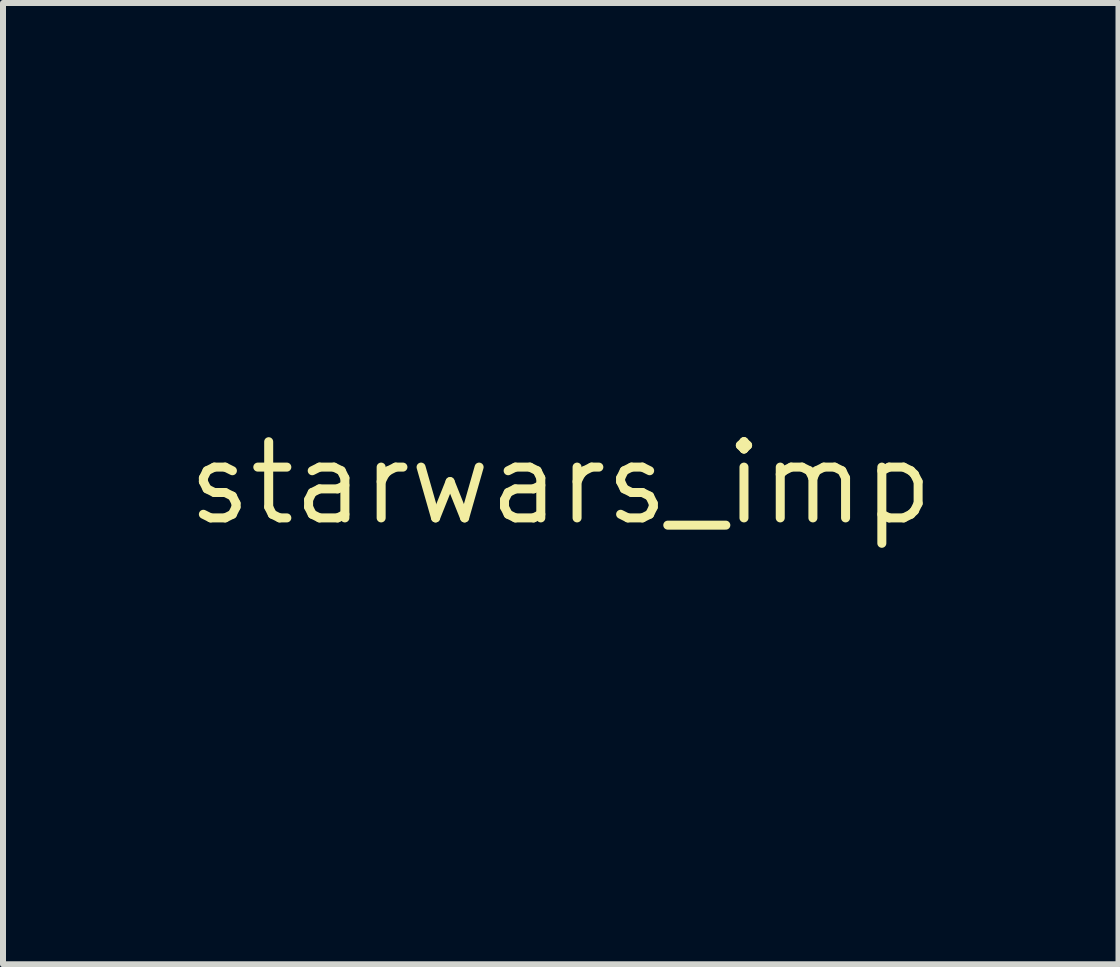
<source format=kicad_pcb>
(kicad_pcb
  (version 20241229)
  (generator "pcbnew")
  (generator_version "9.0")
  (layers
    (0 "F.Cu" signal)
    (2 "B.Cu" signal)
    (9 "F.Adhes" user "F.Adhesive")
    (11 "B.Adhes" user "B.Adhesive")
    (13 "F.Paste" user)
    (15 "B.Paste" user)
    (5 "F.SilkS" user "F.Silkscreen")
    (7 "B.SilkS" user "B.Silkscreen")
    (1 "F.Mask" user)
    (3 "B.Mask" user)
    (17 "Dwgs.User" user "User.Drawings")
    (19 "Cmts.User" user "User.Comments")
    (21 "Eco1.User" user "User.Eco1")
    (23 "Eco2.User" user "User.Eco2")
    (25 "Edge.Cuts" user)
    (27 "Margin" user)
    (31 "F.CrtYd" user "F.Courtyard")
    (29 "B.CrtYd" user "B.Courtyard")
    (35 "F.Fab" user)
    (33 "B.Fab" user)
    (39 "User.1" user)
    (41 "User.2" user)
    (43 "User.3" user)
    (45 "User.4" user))
  (footprint "starwars_imp"
    (layer "F.Cu")
    (at 6.297 5.003)
    (property "Reference" "starwars_imp" (at 0 0 0) (layer "F.SilkS") (effects (font (size 1.27 1.27) (thickness 0.15))))
    (attr through_hole)
    (fp_poly (pts (xy -1.411 -4.149) (xy -1.368 -4.097) (xy -1.342 -4.055) (xy -1.339 -4.038) (xy -1.361 -4.02) (xy -1.414 -3.993) (xy -1.486 -3.963) (xy -1.507 -3.955) (xy -1.668 -3.897) (xy -1.677 -3.946) (xy -1.68 -3.998) (xy -1.676 -4.067) (xy -1.674 -4.085) (xy -1.662 -4.145) (xy -1.639 -4.178) (xy -1.591 -4.201) (xy -1.577 -4.206) (xy -1.492 -4.235) (xy -1.411 -4.149)) (stroke (width 0.01) (type solid)) (fill yes) (layer "F.Mask"))
    (fp_poly (pts (xy -2.679 3.306) (xy -2.624 3.357) (xy -2.598 3.393) (xy -2.593 3.427) (xy -2.596 3.447) (xy -2.614 3.512) (xy -2.639 3.584) (xy -2.665 3.651) (xy -2.689 3.702) (xy -2.705 3.725) (xy -2.707 3.725) (xy -2.728 3.712) (xy -2.774 3.678) (xy -2.84 3.626) (xy -2.916 3.563) (xy -2.917 3.562) (xy -3.004 3.489) (xy -3.059 3.436) (xy -3.082 3.398) (xy -3.073 3.368) (xy -3.033 3.339) (xy -2.96 3.304) (xy -2.917 3.285) (xy -2.775 3.221) (xy -2.679 3.306)) (stroke (width 0.01) (type solid)) (fill yes) (layer "F.Mask"))
    (fp_poly (pts (xy -3.636 2.232) (xy -3.601 2.255) (xy -3.567 2.295) (xy -3.556 2.31) (xy -3.519 2.367) (xy -3.496 2.413) (xy -3.493 2.429) (xy -3.504 2.461) (xy -3.535 2.513) (xy -3.576 2.574) (xy -3.62 2.634) (xy -3.661 2.682) (xy -3.689 2.707) (xy -3.694 2.709) (xy -3.713 2.692) (xy -3.749 2.647) (xy -3.796 2.581) (xy -3.837 2.52) (xy -3.888 2.439) (xy -3.931 2.369) (xy -3.961 2.319) (xy -3.97 2.3) (xy -3.967 2.281) (xy -3.935 2.265) (xy -3.868 2.25) (xy -3.847 2.246) (xy -3.748 2.23) (xy -3.682 2.225) (xy -3.636 2.232)) (stroke (width 0.01) (type solid)) (fill yes) (layer "F.Mask"))
    (fp_poly (pts (xy 0.435 -3.755) (xy 0.762 -3.704) (xy 1.102 -3.616) (xy 1.442 -3.49) (xy 1.775 -3.332) (xy 2.094 -3.145) (xy 2.392 -2.933) (xy 2.662 -2.699) (xy 2.88 -2.47) (xy 3.115 -2.167) (xy 3.315 -1.842) (xy 3.482 -1.493) (xy 3.617 -1.119) (xy 3.719 -0.725) (xy 3.738 -0.635) (xy 3.752 -0.556) (xy 3.763 -0.482) (xy 3.77 -0.403) (xy 3.774 -0.311) (xy 3.776 -0.198) (xy 3.777 -0.056) (xy 3.778 0.042) (xy 3.777 0.208) (xy 3.776 0.339) (xy 3.773 0.443) (xy 3.767 0.528) (xy 3.759 0.602) (xy 3.747 0.673) (xy 3.732 0.748) (xy 3.73 0.757) (xy 3.662 1.023) (xy 3.579 1.274) (xy 3.473 1.527) (xy 3.419 1.643) (xy 3.22 2.006) (xy 2.993 2.337) (xy 2.74 2.637) (xy 2.459 2.903) (xy 2.152 3.137) (xy 1.82 3.337) (xy 1.462 3.503) (xy 1.08 3.635) (xy 0.674 3.733) (xy 0.595 3.747) (xy 0.418 3.77) (xy 0.213 3.784) (xy -0.007 3.789) (xy -0.227 3.785) (xy -0.435 3.772) (xy -0.617 3.749) (xy -0.639 3.746) (xy -0.938 3.677) (xy -1.247 3.577) (xy -1.555 3.45) (xy -1.85 3.301) (xy -2.09 3.154) (xy -1.503 3.154) (xy -1.484 3.172) (xy -1.431 3.2) (xy -1.352 3.236) (xy -1.252 3.277) (xy -1.138 3.319) (xy -1.018 3.361) (xy -0.983 3.372) (xy -0.625 3.466) (xy -0.263 3.519) (xy 0.1 3.53) (xy 0.43 3.504) (xy 0.554 3.484) (xy 0.69 3.458) (xy 0.817 3.429) (xy 0.862 3.418) (xy 0.954 3.391) (xy 1.059 3.356) (xy 1.17 3.317) (xy 1.278 3.278) (xy 1.374 3.24) (xy 1.451 3.207) (xy 1.5 3.183) (xy 1.511 3.175) (xy 1.512 3.148) (xy 1.494 3.097) (xy 1.478 3.066) (xy 1.451 3.021) (xy 1.425 2.993) (xy 1.391 2.982) (xy 1.343 2.987) (xy 1.272 3.009) (xy 1.171 3.047) (xy 1.154 3.054) (xy 1.063 3.088) (xy 0.979 3.117) (xy 0.916 3.137) (xy 0.897 3.142) (xy 0.859 3.148) (xy 0.836 3.139) (xy 0.819 3.107) (xy 0.8 3.044) (xy 0.787 2.996) (xy 0.774 2.964) (xy 0.755 2.946) (xy 0.722 2.94) (xy 0.667 2.944) (xy 0.584 2.958) (xy 0.489 2.975) (xy 0.31 2.996) (xy 0.104 3.005) (xy -0.115 3.002) (xy -0.334 2.987) (xy -0.538 2.96) (xy -0.691 2.929) (xy -0.719 2.928) (xy -0.741 2.947) (xy -0.762 2.996) (xy -0.772 3.025) (xy -0.795 3.087) (xy -0.815 3.13) (xy -0.823 3.142) (xy -0.849 3.139) (xy -0.904 3.125) (xy -0.981 3.102) (xy -1.068 3.074) (xy -1.158 3.043) (xy -1.24 3.013) (xy -1.305 2.987) (xy -1.332 2.975) (xy -1.394 2.943) (xy -1.448 3.04) (xy -1.479 3.098) (xy -1.499 3.141) (xy -1.503 3.154) (xy -2.09 3.154) (xy -2.122 3.134) (xy -2.148 3.116) (xy -2.468 2.871) (xy -2.751 2.605) (xy -3 2.317) (xy -3.214 2.005) (xy -3.395 1.667) (xy -3.543 1.304) (xy -3.66 0.913) (xy -3.696 0.757) (xy -3.727 0.573) (xy -3.75 0.361) (xy -3.755 0.275) (xy -3.478 0.275) (xy -3.464 0.439) (xy -3.417 0.77) (xy -3.33 1.101) (xy -3.208 1.426) (xy -3.052 1.739) (xy -2.865 2.033) (xy -2.651 2.303) (xy -2.6 2.359) (xy -2.538 2.422) (xy -2.459 2.496) (xy -2.371 2.577) (xy -2.278 2.658) (xy -2.188 2.735) (xy -2.105 2.803) (xy -2.036 2.856) (xy -1.988 2.89) (xy -1.966 2.9) (xy -1.948 2.883) (xy -1.918 2.839) (xy -1.895 2.799) (xy -1.839 2.699) (xy -1.839 2.699) (xy 1.86 2.699) (xy 1.925 2.8) (xy 1.99 2.902) (xy 2.089 2.832) (xy 2.141 2.792) (xy 2.214 2.729) (xy 2.3 2.652) (xy 2.39 2.568) (xy 2.42 2.54) (xy 2.688 2.254) (xy 2.921 1.945) (xy 3.117 1.615) (xy 3.277 1.265) (xy 3.398 0.899) (xy 3.481 0.516) (xy 3.501 0.376) (xy 3.513 0.275) (xy 3.267 0.275) (xy 3.231 0.492) (xy 3.208 0.631) (xy 3.187 0.732) (xy 3.17 0.801) (xy 3.152 0.842) (xy 3.134 0.859) (xy 3.116 0.858) (xy 3.074 0.847) (xy 3.011 0.835) (xy 2.994 0.833) (xy 2.907 0.821) (xy 2.859 0.966) (xy 2.782 1.164) (xy 2.68 1.375) (xy 2.561 1.586) (xy 2.431 1.783) (xy 2.299 1.955) (xy 2.264 1.996) (xy 2.153 2.119) (xy 2.233 2.201) (xy 2.279 2.256) (xy 2.301 2.3) (xy 2.301 2.314) (xy 2.28 2.341) (xy 2.233 2.387) (xy 2.168 2.448) (xy 2.09 2.515) (xy 2.009 2.583) (xy 1.93 2.646) (xy 1.93 2.646) (xy 1.86 2.699) (xy -1.839 2.699) (xy -1.89 2.657) (xy -2.035 2.536) (xy -2.147 2.441) (xy -2.226 2.37) (xy -2.272 2.324) (xy -2.286 2.302) (xy -2.272 2.274) (xy -2.237 2.229) (xy -2.209 2.198) (xy -2.132 2.119) (xy -2.248 1.986) (xy -2.451 1.727) (xy -2.618 1.461) (xy -2.755 1.178) (xy -2.815 1.021) (xy -2.849 0.927) (xy -2.877 0.868) (xy -2.905 0.837) (xy -2.941 0.828) (xy -2.993 0.837) (xy -3.035 0.849) (xy -3.094 0.861) (xy -3.126 0.854) (xy -3.133 0.847) (xy -3.142 0.816) (xy -3.157 0.754) (xy -3.173 0.671) (xy -3.184 0.607) (xy -3.204 0.482) (xy -3.22 0.393) (xy -3.233 0.333) (xy -3.247 0.298) (xy -3.265 0.28) (xy -3.291 0.274) (xy -3.326 0.275) (xy -3.36 0.275) (xy -3.478 0.275) (xy -3.755 0.275) (xy -3.763 0.135) (xy -3.765 0.029) (xy -2.358 0.029) (xy -2.358 0.123) (xy -2.356 0.204) (xy -2.353 0.26) (xy -2.348 0.283) (xy -2.326 0.283) (xy -2.268 0.279) (xy -2.182 0.27) (xy -2.075 0.259) (xy -1.953 0.245) (xy -1.823 0.23) (xy -1.692 0.215) (xy -1.567 0.199) (xy -1.455 0.185) (xy -1.362 0.172) (xy -1.295 0.161) (xy -1.29 0.16) (xy -1.261 0.158) (xy -1.241 0.169) (xy -1.226 0.201) (xy -1.208 0.263) (xy -1.2 0.299) (xy -1.153 0.456) (xy -1.09 0.595) (xy -1.003 0.729) (xy -0.92 0.833) (xy -0.853 0.915) (xy -0.811 0.977) (xy -0.796 1.015) (xy -0.797 1.022) (xy -0.814 1.045) (xy -0.854 1.096) (xy -0.913 1.171) (xy -0.986 1.264) (xy -1.071 1.371) (xy -1.137 1.452) (xy -1.226 1.565) (xy -1.306 1.666) (xy -1.373 1.752) (xy -1.424 1.818) (xy -1.454 1.858) (xy -1.46 1.87) (xy -1.443 1.89) (xy -1.397 1.926) (xy -1.329 1.971) (xy -1.249 2.022) (xy -1.163 2.072) (xy -1.082 2.118) (xy -1.012 2.155) (xy -0.962 2.176) (xy -0.945 2.18) (xy -0.923 2.161) (xy -0.891 2.109) (xy -0.852 2.028) (xy -0.828 1.974) (xy -0.745 1.773) (xy -0.676 1.608) (xy -0.62 1.475) (xy -0.575 1.371) (xy -0.537 1.293) (xy -0.506 1.238) (xy -0.479 1.202) (xy -0.453 1.183) (xy -0.426 1.176) (xy -0.396 1.18) (xy -0.361 1.191) (xy -0.318 1.205) (xy -0.287 1.214) (xy -0.164 1.237) (xy -0.018 1.247) (xy 0.134 1.244) (xy 0.275 1.229) (xy 0.328 1.218) (xy 0.4 1.202) (xy 0.443 1.198) (xy 0.467 1.206) (xy 0.478 1.218) (xy 0.492 1.245) (xy 0.519 1.307) (xy 0.556 1.396) (xy 0.601 1.507) (xy 0.651 1.635) (xy 0.69 1.735) (xy 0.749 1.887) (xy 0.795 2.004) (xy 0.831 2.089) (xy 0.858 2.148) (xy 0.879 2.186) (xy 0.896 2.205) (xy 0.911 2.211) (xy 0.921 2.21) (xy 0.956 2.195) (xy 1.018 2.163) (xy 1.098 2.121) (xy 1.166 2.083) (xy 1.272 2.023) (xy 1.344 1.978) (xy 1.387 1.944) (xy 1.406 1.914) (xy 1.406 1.886) (xy 1.389 1.853) (xy 1.385 1.847) (xy 1.364 1.817) (xy 1.322 1.76) (xy 1.263 1.681) (xy 1.192 1.586) (xy 1.112 1.481) (xy 1.03 1.372) (xy 0.949 1.266) (xy 0.873 1.167) (xy 0.808 1.082) (xy 0.776 1.041) (xy 0.772 1.016) (xy 0.795 0.98) (xy 0.84 0.935) (xy 0.96 0.809) (xy 1.065 0.665) (xy 1.149 0.513) (xy 1.205 0.365) (xy 1.218 0.31) (xy 1.236 0.255) (xy 1.26 0.22) (xy 1.266 0.217) (xy 1.295 0.217) (xy 1.36 0.222) (xy 1.455 0.233) (xy 1.573 0.249) (xy 1.709 0.268) (xy 1.825 0.285) (xy 1.969 0.307) (xy 2.099 0.325) (xy 2.209 0.339) (xy 2.294 0.349) (xy 2.347 0.354) (xy 2.364 0.353) (xy 2.369 0.327) (xy 2.374 0.268) (xy 2.377 0.187) (xy 2.379 0.091) (xy 2.379 -0.009) (xy 2.378 -0.104) (xy 2.376 -0.185) (xy 2.372 -0.242) (xy 2.367 -0.264) (xy 2.343 -0.266) (xy 2.283 -0.262) (xy 2.193 -0.253) (xy 2.079 -0.241) (xy 1.947 -0.225) (xy 1.859 -0.213) (xy 1.716 -0.195) (xy 1.584 -0.178) (xy 1.471 -0.165) (xy 1.382 -0.155) (xy 1.325 -0.149) (xy 1.309 -0.148) (xy 1.279 -0.152) (xy 1.258 -0.169) (xy 1.241 -0.207) (xy 1.221 -0.278) (xy 1.218 -0.291) (xy 1.151 -0.482) (xy 1.051 -0.669) (xy 0.925 -0.836) (xy 0.919 -0.843) (xy 0.866 -0.903) (xy 0.826 -0.951) (xy 0.805 -0.978) (xy 0.804 -0.98) (xy 0.817 -0.999) (xy 0.853 -1.046) (xy 0.908 -1.117) (xy 0.98 -1.208) (xy 1.064 -1.313) (xy 1.143 -1.411) (xy 1.235 -1.526) (xy 1.317 -1.629) (xy 1.387 -1.718) (xy 1.439 -1.787) (xy 1.472 -1.831) (xy 1.482 -1.846) (xy 1.465 -1.866) (xy 1.42 -1.902) (xy 1.354 -1.947) (xy 1.274 -1.999) (xy 1.19 -2.051) (xy 1.107 -2.1) (xy 1.034 -2.141) (xy 0.978 -2.168) (xy 0.947 -2.178) (xy 0.944 -2.176) (xy 0.935 -2.156) (xy 0.912 -2.102) (xy 0.877 -2.02) (xy 0.834 -1.917) (xy 0.783 -1.797) (xy 0.762 -1.746) (xy 0.707 -1.616) (xy 0.656 -1.493) (xy 0.61 -1.385) (xy 0.574 -1.3) (xy 0.551 -1.245) (xy 0.547 -1.235) (xy 0.508 -1.148) (xy 0.356 -1.188) (xy 0.229 -1.212) (xy 0.085 -1.225) (xy -0.06 -1.226) (xy -0.192 -1.216) (xy -0.288 -1.196) (xy -0.354 -1.178) (xy -0.408 -1.166) (xy -0.425 -1.164) (xy -0.442 -1.177) (xy -0.466 -1.216) (xy -0.499 -1.286) (xy -0.542 -1.388) (xy -0.597 -1.526) (xy -0.635 -1.625) (xy -0.686 -1.759) (xy -0.735 -1.883) (xy -0.777 -1.99) (xy -0.811 -2.074) (xy -0.833 -2.129) (xy -0.84 -2.143) (xy -0.869 -2.201) (xy -1.032 -2.118) (xy -1.126 -2.069) (xy -1.221 -2.015) (xy -1.3 -1.968) (xy -1.308 -1.963) (xy -1.421 -1.891) (xy -1.091 -1.462) (xy -1.002 -1.344) (xy -0.922 -1.238) (xy -0.854 -1.147) (xy -0.803 -1.076) (xy -0.771 -1.029) (xy -0.762 -1.013) (xy -0.775 -0.99) (xy -0.81 -0.943) (xy -0.862 -0.879) (xy -0.909 -0.823) (xy -1.028 -0.672) (xy -1.114 -0.528) (xy -1.171 -0.383) (xy -1.19 -0.313) (xy -1.209 -0.238) (xy -1.23 -0.197) (xy -1.258 -0.181) (xy -1.298 -0.183) (xy -1.551 -0.222) (xy -1.765 -0.255) (xy -1.941 -0.281) (xy -2.082 -0.302) (xy -2.191 -0.316) (xy -2.269 -0.326) (xy -2.319 -0.331) (xy -2.342 -0.331) (xy -2.344 -0.33) (xy -2.349 -0.305) (xy -2.353 -0.247) (xy -2.356 -0.166) (xy -2.358 -0.071) (xy -2.358 0.029) (xy -3.765 0.029) (xy -3.767 -0.093) (xy -3.762 -0.256) (xy -3.491 -0.256) (xy -3.381 -0.248) (xy -3.316 -0.243) (xy -3.27 -0.239) (xy -3.257 -0.237) (xy -3.245 -0.252) (xy -3.233 -0.296) (xy -3.232 -0.302) (xy -3.204 -0.471) (xy -3.181 -0.602) (xy -3.163 -0.7) (xy -3.15 -0.767) (xy -3.14 -0.808) (xy -3.133 -0.825) (xy -3.112 -0.837) (xy -3.066 -0.834) (xy -3.001 -0.819) (xy -2.885 -0.789) (xy -2.837 -0.939) (xy -2.752 -1.164) (xy -2.638 -1.398) (xy -2.502 -1.629) (xy -2.353 -1.844) (xy -2.244 -1.977) (xy -2.135 -2.101) (xy -2.215 -2.184) (xy -2.262 -2.235) (xy -2.28 -2.27) (xy -2.276 -2.298) (xy -2.273 -2.302) (xy -2.244 -2.336) (xy -2.187 -2.389) (xy -2.107 -2.459) (xy -2.012 -2.538) (xy -1.917 -2.614) (xy -1.838 -2.677) (xy 1.874 -2.677) (xy 1.876 -2.667) (xy 1.899 -2.648) (xy 1.947 -2.608) (xy 2.014 -2.552) (xy 2.091 -2.488) (xy 2.169 -2.422) (xy 2.235 -2.363) (xy 2.281 -2.318) (xy 2.301 -2.294) (xy 2.293 -2.259) (xy 2.257 -2.206) (xy 2.232 -2.179) (xy 2.15 -2.095) (xy 2.236 -2.005) (xy 2.405 -1.805) (xy 2.562 -1.573) (xy 2.702 -1.321) (xy 2.816 -1.058) (xy 2.857 -0.945) (xy 2.905 -0.8) (xy 2.982 -0.813) (xy 3.047 -0.825) (xy 3.102 -0.837) (xy 3.105 -0.838) (xy 3.128 -0.84) (xy 3.147 -0.827) (xy 3.164 -0.796) (xy 3.181 -0.739) (xy 3.199 -0.653) (xy 3.219 -0.533) (xy 3.228 -0.478) (xy 3.246 -0.371) (xy 3.26 -0.3) (xy 3.273 -0.259) (xy 3.286 -0.24) (xy 3.303 -0.238) (xy 3.316 -0.242) (xy 3.357 -0.25) (xy 3.418 -0.254) (xy 3.43 -0.254) (xy 3.512 -0.254) (xy 3.5 -0.365) (xy 3.491 -0.431) (xy 3.476 -0.525) (xy 3.457 -0.634) (xy 3.438 -0.732) (xy 3.346 -1.095) (xy 3.215 -1.44) (xy 3.047 -1.767) (xy 2.842 -2.073) (xy 2.6 -2.359) (xy 2.322 -2.624) (xy 2.217 -2.71) (xy 2.137 -2.774) (xy 2.067 -2.826) (xy 2.016 -2.863) (xy 1.991 -2.878) (xy 1.99 -2.879) (xy 1.968 -2.862) (xy 1.938 -2.82) (xy 1.908 -2.766) (xy 1.884 -2.714) (xy 1.874 -2.677) (xy -1.838 -2.677) (xy -1.836 -2.678) (xy -1.897 -2.778) (xy -1.933 -2.833) (xy -1.961 -2.87) (xy -1.972 -2.879) (xy -1.994 -2.866) (xy -2.041 -2.833) (xy -2.105 -2.784) (xy -2.152 -2.748) (xy -2.436 -2.496) (xy -2.692 -2.215) (xy -2.917 -1.909) (xy -3.108 -1.581) (xy -3.263 -1.236) (xy -3.332 -1.04) (xy -3.368 -0.912) (xy -3.405 -0.759) (xy -3.439 -0.599) (xy -3.466 -0.448) (xy -3.479 -0.356) (xy -3.491 -0.256) (xy -3.762 -0.256) (xy -3.761 -0.311) (xy -3.744 -0.504) (xy -3.736 -0.564) (xy -3.662 -0.912) (xy -3.551 -1.26) (xy -3.406 -1.6) (xy -3.23 -1.929) (xy -3.028 -2.238) (xy -2.802 -2.523) (xy -2.555 -2.777) (xy -2.445 -2.875) (xy -2.135 -3.108) (xy -2.106 -3.126) (xy -1.492 -3.126) (xy -1.473 -3.079) (xy -1.442 -3.026) (xy -1.405 -2.979) (xy -1.372 -2.952) (xy -1.357 -2.949) (xy -1.323 -2.961) (xy -1.26 -2.985) (xy -1.18 -3.015) (xy -1.132 -3.033) (xy -1.041 -3.067) (xy -0.958 -3.096) (xy -0.894 -3.116) (xy -0.875 -3.121) (xy -0.829 -3.127) (xy -0.807 -3.111) (xy -0.793 -3.065) (xy -0.771 -2.977) (xy -0.748 -2.926) (xy -0.722 -2.906) (xy -0.704 -2.908) (xy -0.664 -2.918) (xy -0.598 -2.933) (xy -0.54 -2.946) (xy -0.457 -2.958) (xy -0.342 -2.967) (xy -0.203 -2.972) (xy -0.05 -2.974) (xy 0.107 -2.973) (xy 0.261 -2.969) (xy 0.4 -2.961) (xy 0.517 -2.951) (xy 0.601 -2.938) (xy 0.603 -2.937) (xy 0.677 -2.922) (xy 0.734 -2.912) (xy 0.763 -2.911) (xy 0.764 -2.912) (xy 0.777 -2.936) (xy 0.794 -2.986) (xy 0.802 -3.015) (xy 0.82 -3.074) (xy 0.838 -3.114) (xy 0.845 -3.121) (xy 0.871 -3.119) (xy 0.929 -3.104) (xy 1.009 -3.079) (xy 1.103 -3.046) (xy 1.104 -3.046) (xy 1.202 -3.012) (xy 1.287 -2.983) (xy 1.352 -2.964) (xy 1.386 -2.956) (xy 1.418 -2.971) (xy 1.455 -3.01) (xy 1.489 -3.061) (xy 1.511 -3.111) (xy 1.515 -3.148) (xy 1.511 -3.154) (xy 1.476 -3.175) (xy 1.409 -3.206) (xy 1.318 -3.242) (xy 1.211 -3.282) (xy 1.096 -3.323) (xy 0.98 -3.36) (xy 0.873 -3.393) (xy 0.811 -3.409) (xy 0.447 -3.481) (xy 0.085 -3.511) (xy -0.277 -3.499) (xy -0.639 -3.444) (xy -1.003 -3.348) (xy -1.224 -3.269) (xy -1.32 -3.231) (xy -1.401 -3.197) (xy -1.46 -3.17) (xy -1.488 -3.155) (xy -1.489 -3.155) (xy -1.492 -3.126) (xy -2.106 -3.126) (xy -1.803 -3.308) (xy -1.452 -3.474) (xy -1.087 -3.605) (xy -0.712 -3.7) (xy -0.331 -3.757) (xy 0.053 -3.775) (xy 0.435 -3.755)) (stroke (width 0.01) (type solid)) (fill yes) (layer "F.Mask"))
    (fp_poly (pts (xy 0.273 -4.994) (xy 0.485 -4.984) (xy 0.674 -4.967) (xy 0.782 -4.952) (xy 1.243 -4.857) (xy 1.686 -4.723) (xy 2.11 -4.553) (xy 2.513 -4.347) (xy 2.894 -4.106) (xy 3.251 -3.832) (xy 3.582 -3.525) (xy 3.887 -3.187) (xy 4.163 -2.818) (xy 4.377 -2.476) (xy 4.539 -2.17) (xy 4.677 -1.859) (xy 4.793 -1.531) (xy 4.892 -1.179) (xy 4.944 -0.953) (xy 4.961 -0.868) (xy 4.975 -0.791) (xy 4.986 -0.715) (xy 4.994 -0.632) (xy 4.999 -0.535) (xy 5.004 -0.417) (xy 5.008 -0.27) (xy 5.011 -0.117) (xy 5.014 0.094) (xy 5.014 0.27) (xy 5.01 0.42) (xy 5.003 0.553) (xy 4.991 0.677) (xy 4.973 0.8) (xy 4.949 0.931) (xy 4.919 1.077) (xy 4.918 1.079) (xy 4.807 1.496) (xy 4.657 1.909) (xy 4.472 2.31) (xy 4.254 2.694) (xy 4.008 3.054) (xy 3.891 3.202) (xy 3.682 3.437) (xy 3.443 3.672) (xy 3.183 3.899) (xy 2.914 4.107) (xy 2.646 4.289) (xy 2.625 4.302) (xy 2.492 4.379) (xy 2.332 4.463) (xy 2.156 4.548) (xy 1.979 4.629) (xy 1.812 4.7) (xy 1.672 4.752) (xy 1.425 4.829) (xy 1.164 4.898) (xy 0.907 4.952) (xy 0.703 4.985) (xy 0.582 4.997) (xy 0.431 5.006) (xy 0.257 5.011) (xy 0.071 5.014) (xy -0.118 5.014) (xy -0.301 5.01) (xy -0.469 5.004) (xy -0.613 4.995) (xy -0.714 4.983) (xy -1.156 4.898) (xy -1.587 4.773) (xy -2.003 4.611) (xy -2.402 4.412) (xy -2.783 4.18) (xy -3.049 3.984) (xy -2.497 3.984) (xy -2.481 4.005) (xy -2.457 4.021) (xy -2.431 4.027) (xy -2.389 4.023) (xy -2.325 4.007) (xy -2.234 3.978) (xy -2.123 3.94) (xy -2.015 3.903) (xy -1.916 3.869) (xy -1.837 3.843) (xy -1.786 3.827) (xy -1.776 3.824) (xy -1.721 3.811) (xy -1.684 4.112) (xy -1.671 4.22) (xy -1.659 4.311) (xy -1.65 4.378) (xy -1.645 4.413) (xy -1.644 4.417) (xy -1.623 4.424) (xy -1.587 4.433) (xy -1.56 4.435) (xy -1.528 4.423) (xy -1.484 4.393) (xy -1.422 4.342) (xy -1.347 4.275) (xy -1.274 4.209) (xy -1.212 4.157) (xy -1.169 4.124) (xy -1.149 4.114) (xy -1.149 4.114) (xy -1.151 4.137) (xy -1.164 4.192) (xy -1.187 4.268) (xy -1.207 4.33) (xy -1.238 4.426) (xy -1.255 4.489) (xy -1.259 4.528) (xy -1.252 4.548) (xy -1.246 4.553) (xy -1.214 4.566) (xy -1.188 4.553) (xy -1.163 4.509) (xy -1.139 4.444) (xy -1.1 4.328) (xy -1.071 4.247) (xy -1.048 4.195) (xy -1.03 4.166) (xy -1.012 4.156) (xy -0.992 4.157) (xy -0.987 4.159) (xy -0.947 4.168) (xy -0.877 4.18) (xy -0.789 4.195) (xy -0.744 4.201) (xy -0.657 4.216) (xy -0.586 4.229) (xy -0.542 4.24) (xy -0.532 4.244) (xy -0.537 4.265) (xy -0.568 4.298) (xy -0.572 4.301) (xy -0.611 4.326) (xy -0.658 4.336) (xy -0.728 4.335) (xy -0.745 4.333) (xy -0.82 4.329) (xy -0.866 4.336) (xy -0.896 4.356) (xy -0.898 4.359) (xy -0.92 4.394) (xy -0.904 4.415) (xy -0.849 4.424) (xy -0.833 4.424) (xy -0.782 4.43) (xy -0.766 4.451) (xy -0.783 4.49) (xy -0.835 4.55) (xy -0.84 4.555) (xy -0.919 4.636) (xy -0.856 4.636) (xy -0.825 4.63) (xy -0.787 4.611) (xy -0.737 4.574) (xy -0.669 4.516) (xy -0.578 4.433) (xy -0.555 4.412) (xy -0.473 4.333) (xy -0.404 4.265) (xy -0.351 4.212) (xy -0.327 4.185) (xy 0.029 4.185) (xy 0.039 4.21) (xy 0.063 4.255) (xy 0.103 4.325) (xy 0.163 4.424) (xy 0.18 4.453) (xy 0.24 4.553) (xy 0.284 4.621) (xy 0.316 4.664) (xy 0.341 4.687) (xy 0.364 4.695) (xy 0.39 4.695) (xy 0.417 4.689) (xy 0.44 4.675) (xy 0.462 4.645) (xy 0.489 4.592) (xy 0.524 4.51) (xy 0.546 4.456) (xy 0.584 4.364) (xy 0.616 4.288) (xy 0.638 4.235) (xy 0.649 4.214) (xy 0.659 4.21) (xy 0.669 4.229) (xy 0.678 4.277) (xy 0.688 4.358) (xy 0.696 4.433) (xy 0.707 4.524) (xy 0.72 4.6) (xy 0.732 4.65) (xy 0.739 4.663) (xy 0.769 4.67) (xy 0.801 4.651) (xy 0.817 4.619) (xy 0.815 4.607) (xy 0.811 4.576) (xy 0.804 4.514) (xy 0.798 4.431) (xy 0.797 4.42) (xy 0.953 4.42) (xy 0.959 4.449) (xy 0.983 4.469) (xy 1.031 4.482) (xy 1.111 4.49) (xy 1.164 4.494) (xy 1.242 4.498) (xy 1.311 4.503) (xy 1.339 4.505) (xy 1.381 4.501) (xy 1.396 4.476) (xy 1.397 4.456) (xy 1.392 4.421) (xy 1.369 4.406) (xy 1.318 4.403) (xy 1.254 4.4) (xy 1.168 4.395) (xy 1.095 4.389) (xy 1.02 4.383) (xy 0.977 4.383) (xy 0.958 4.392) (xy 0.953 4.412) (xy 0.953 4.42) (xy 0.797 4.42) (xy 0.795 4.387) (xy 0.789 4.294) (xy 0.789 4.235) (xy 0.794 4.204) (xy 0.806 4.192) (xy 0.814 4.191) (xy 0.841 4.173) (xy 0.847 4.149) (xy 0.832 4.119) (xy 0.787 4.106) (xy 0.708 4.109) (xy 0.634 4.119) (xy 0.598 4.127) (xy 0.571 4.143) (xy 0.547 4.175) (xy 0.521 4.231) (xy 0.491 4.306) (xy 0.447 4.416) (xy 0.414 4.489) (xy 0.386 4.524) (xy 0.358 4.525) (xy 0.324 4.492) (xy 0.279 4.426) (xy 0.24 4.365) (xy 0.181 4.275) (xy 0.137 4.216) (xy 0.103 4.183) (xy 0.075 4.171) (xy 0.067 4.17) (xy 0.046 4.17) (xy 0.032 4.173) (xy 0.029 4.185) (xy -0.327 4.185) (xy -0.322 4.179) (xy -0.318 4.172) (xy -0.337 4.164) (xy -0.391 4.152) (xy -0.471 4.139) (xy -0.57 4.126) (xy -0.587 4.123) (xy -0.702 4.11) (xy -0.782 4.103) (xy -0.835 4.102) (xy -0.868 4.107) (xy -0.889 4.118) (xy -0.891 4.12) (xy -0.928 4.146) (xy -0.942 4.138) (xy -0.939 4.111) (xy -0.942 4.084) (xy -0.971 4.062) (xy 0.974 4.062) (xy 0.991 4.076) (xy 1.039 4.105) (xy 1.109 4.147) (xy 1.195 4.196) (xy 1.289 4.249) (xy 1.384 4.302) (xy 1.474 4.351) (xy 1.549 4.391) (xy 1.604 4.418) (xy 1.629 4.429) (xy 1.676 4.432) (xy 1.728 4.423) (xy 1.764 4.407) (xy 1.767 4.403) (xy 1.767 4.375) (xy 1.757 4.321) (xy 1.744 4.273) (xy 1.704 4.133) (xy 1.701 4.123) (xy 1.768 4.123) (xy 1.895 4.159) (xy 1.965 4.179) (xy 2.019 4.194) (xy 2.043 4.201) (xy 2.1 4.209) (xy 2.168 4.192) (xy 2.255 4.148) (xy 2.264 4.142) (xy 2.326 4.101) (xy 2.369 4.058) (xy 2.399 4.003) (xy 2.422 3.927) (xy 2.443 3.819) (xy 2.444 3.812) (xy 2.453 3.757) (xy 2.449 3.735) (xy 2.431 3.737) (xy 2.416 3.745) (xy 2.38 3.785) (xy 2.345 3.866) (xy 2.328 3.917) (xy 2.305 3.987) (xy 2.283 4.036) (xy 2.269 4.055) (xy 2.267 4.055) (xy 2.25 4.033) (xy 2.216 3.983) (xy 2.172 3.913) (xy 2.136 3.853) (xy 2.086 3.775) (xy 2.042 3.712) (xy 2.009 3.672) (xy 1.994 3.662) (xy 1.964 3.674) (xy 1.96 3.71) (xy 1.98 3.774) (xy 2.027 3.868) (xy 2.051 3.91) (xy 2.096 3.99) (xy 2.132 4.055) (xy 2.154 4.098) (xy 2.159 4.11) (xy 2.14 4.112) (xy 2.091 4.106) (xy 2.021 4.093) (xy 2.02 4.093) (xy 1.94 4.078) (xy 1.888 4.075) (xy 1.849 4.083) (xy 1.825 4.094) (xy 1.768 4.123) (xy 1.701 4.123) (xy 1.673 4.029) (xy 1.65 3.955) (xy 1.633 3.908) (xy 1.619 3.883) (xy 1.606 3.875) (xy 1.592 3.878) (xy 1.575 3.889) (xy 1.569 3.893) (xy 1.556 3.908) (xy 1.553 3.938) (xy 1.562 3.99) (xy 1.583 4.073) (xy 1.585 4.079) (xy 1.61 4.174) (xy 1.625 4.24) (xy 1.623 4.278) (xy 1.602 4.291) (xy 1.557 4.279) (xy 1.484 4.244) (xy 1.378 4.188) (xy 1.348 4.173) (xy 1.219 4.106) (xy 1.122 4.062) (xy 1.057 4.039) (xy 1.02 4.036) (xy 0.984 4.051) (xy 0.974 4.062) (xy -0.971 4.062) (xy -0.973 4.06) (xy -1.031 4.037) (xy -1.098 4.015) (xy -1.154 4.002) (xy -1.172 4) (xy -1.204 4.014) (xy -1.257 4.052) (xy -1.323 4.107) (xy -1.368 4.149) (xy -1.435 4.211) (xy -1.492 4.26) (xy -1.531 4.29) (xy -1.543 4.297) (xy -1.553 4.277) (xy -1.566 4.224) (xy -1.58 4.147) (xy -1.589 4.082) (xy -1.602 3.991) (xy -1.617 3.914) (xy -1.631 3.864) (xy -1.639 3.849) (xy -1.675 3.823) (xy -1.739 3.785) (xy -1.821 3.738) (xy -1.913 3.686) (xy -2.008 3.635) (xy -2.098 3.587) (xy -2.175 3.549) (xy -2.231 3.523) (xy -2.257 3.514) (xy -2.307 3.52) (xy -2.321 3.537) (xy -2.299 3.566) (xy -2.24 3.61) (xy -2.178 3.649) (xy -2.105 3.695) (xy -2.05 3.736) (xy -2.02 3.765) (xy -2.016 3.774) (xy -2.038 3.79) (xy -2.092 3.816) (xy -2.17 3.849) (xy -2.261 3.883) (xy -2.353 3.918) (xy -2.428 3.948) (xy -2.479 3.971) (xy -2.497 3.984) (xy -3.049 3.984) (xy -3.142 3.916) (xy -3.476 3.622) (xy -3.698 3.388) (xy -3.22 3.388) (xy -3.214 3.429) (xy -3.196 3.45) (xy -3.151 3.493) (xy -3.086 3.552) (xy -3.007 3.622) (xy -2.974 3.65) (xy -2.878 3.73) (xy -2.809 3.786) (xy -2.758 3.819) (xy -2.722 3.836) (xy -2.695 3.838) (xy -2.688 3.837) (xy -2.643 3.824) (xy -2.621 3.813) (xy -2.607 3.785) (xy -2.584 3.729) (xy -2.556 3.654) (xy -2.528 3.571) (xy -2.503 3.492) (xy -2.485 3.428) (xy -2.477 3.389) (xy -2.477 3.387) (xy -2.492 3.353) (xy -2.531 3.304) (xy -2.577 3.259) (xy -2.652 3.193) (xy -2.707 3.15) (xy -2.752 3.13) (xy -2.8 3.131) (xy -2.86 3.151) (xy -2.945 3.19) (xy -2.984 3.208) (xy -3.092 3.263) (xy -3.164 3.308) (xy -3.205 3.348) (xy -3.22 3.388) (xy -3.698 3.388) (xy -3.783 3.299) (xy -4.061 2.949) (xy -4.307 2.575) (xy -4.471 2.275) (xy -4.476 2.265) (xy -4.086 2.265) (xy -4.083 2.295) (xy -4.069 2.334) (xy -4.039 2.389) (xy -3.992 2.467) (xy -3.929 2.567) (xy -3.862 2.672) (xy -3.812 2.746) (xy -3.774 2.794) (xy -3.746 2.821) (xy -3.721 2.834) (xy -3.7 2.836) (xy -3.665 2.83) (xy -3.645 2.816) (xy -3.466 2.816) (xy -3.463 2.88) (xy -3.455 2.964) (xy -3.45 3.01) (xy -3.433 3.118) (xy -3.415 3.192) (xy -3.392 3.24) (xy -3.381 3.254) (xy -3.346 3.288) (xy -3.324 3.302) (xy -3.324 3.302) (xy -3.304 3.289) (xy -3.259 3.253) (xy -3.195 3.2) (xy -3.12 3.135) (xy -3.116 3.132) (xy -3.041 3.065) (xy -2.979 3.008) (xy -2.937 2.967) (xy -2.921 2.946) (xy -2.921 2.946) (xy -2.934 2.918) (xy -2.946 2.905) (xy -2.967 2.899) (xy -3.003 2.915) (xy -3.06 2.958) (xy -3.088 2.982) (xy -3.178 3.056) (xy -3.249 3.109) (xy -3.298 3.14) (xy -3.322 3.145) (xy -3.323 3.14) (xy -3.327 3.108) (xy -3.335 3.047) (xy -3.347 2.972) (xy -3.359 2.896) (xy -3.37 2.832) (xy -3.377 2.799) (xy -3.399 2.762) (xy -3.432 2.753) (xy -3.461 2.776) (xy -3.463 2.783) (xy -3.466 2.816) (xy -3.645 2.816) (xy -3.63 2.806) (xy -3.586 2.759) (xy -3.536 2.693) (xy -3.482 2.618) (xy -3.434 2.547) (xy -3.4 2.493) (xy -3.396 2.486) (xy -3.378 2.45) (xy -3.373 2.421) (xy -3.385 2.387) (xy -3.415 2.336) (xy -3.441 2.295) (xy -3.496 2.21) (xy -3.535 2.155) (xy -3.569 2.124) (xy -3.607 2.112) (xy -3.658 2.114) (xy -3.732 2.126) (xy -3.752 2.129) (xy -3.871 2.148) (xy -3.955 2.163) (xy -4.01 2.175) (xy -4.044 2.187) (xy -4.063 2.202) (xy -4.074 2.221) (xy -4.081 2.24) (xy -4.086 2.265) (xy -4.476 2.265) (xy -4.621 1.954) (xy -4.742 1.641) (xy -4.836 1.332) (xy -4.487 1.332) (xy -4.48 1.356) (xy -4.46 1.411) (xy -4.43 1.491) (xy -4.392 1.588) (xy -4.351 1.694) (xy -4.309 1.802) (xy -4.268 1.905) (xy -4.232 1.995) (xy -4.204 2.065) (xy -4.186 2.107) (xy -4.182 2.115) (xy -4.155 2.127) (xy -4.123 2.115) (xy -4.106 2.085) (xy -4.106 2.083) (xy -4.114 2.055) (xy -4.134 1.995) (xy -4.166 1.908) (xy -4.206 1.802) (xy -4.252 1.682) (xy -4.255 1.675) (xy -4.308 1.543) (xy -4.348 1.445) (xy -4.36 1.418) (xy -4.201 1.418) (xy -4.189 1.469) (xy -4.161 1.547) (xy -4.149 1.58) (xy -4.114 1.672) (xy -4.082 1.756) (xy -4.057 1.819) (xy -4.05 1.836) (xy -4.018 1.886) (xy -3.982 1.905) (xy -3.951 1.89) (xy -3.949 1.886) (xy -3.952 1.861) (xy -3.967 1.806) (xy -3.992 1.731) (xy -4.023 1.645) (xy -4.056 1.556) (xy -4.088 1.474) (xy -4.117 1.407) (xy -4.138 1.365) (xy -4.146 1.355) (xy -4.173 1.365) (xy -4.189 1.374) (xy -4.201 1.39) (xy -4.201 1.418) (xy -4.36 1.418) (xy -4.378 1.378) (xy -4.401 1.335) (xy -4.419 1.312) (xy -4.435 1.305) (xy -4.446 1.306) (xy -4.48 1.322) (xy -4.487 1.332) (xy -4.836 1.332) (xy -4.839 1.322) (xy -4.872 1.177) (xy -4.044 1.177) (xy -4.039 1.213) (xy -4.022 1.273) (xy -3.992 1.361) (xy -3.946 1.482) (xy -3.911 1.573) (xy -3.863 1.693) (xy -3.819 1.799) (xy -3.782 1.884) (xy -3.754 1.942) (xy -3.737 1.967) (xy -3.736 1.968) (xy -3.7 1.957) (xy -3.69 1.952) (xy -3.684 1.932) (xy -3.693 1.886) (xy -3.717 1.81) (xy -3.756 1.7) (xy -3.787 1.619) (xy -3.846 1.466) (xy -3.892 1.349) (xy -3.927 1.263) (xy -3.954 1.203) (xy -3.974 1.166) (xy -3.99 1.148) (xy -4.004 1.143) (xy -4.02 1.149) (xy -4.038 1.161) (xy -4.038 1.161) (xy -4.044 1.177) (xy -4.872 1.177) (xy -4.916 0.984) (xy -4.952 0.783) (xy -4.973 0.616) (xy -4.988 0.418) (xy -4.996 0.2) (xy -4.998 0.072) (xy -4.607 0.072) (xy -4.583 0.082) (xy -4.526 0.085) (xy -4.52 0.085) (xy -4.421 0.085) (xy -4.428 0.005) (xy -4.434 -0.035) (xy -3.935 -0.035) (xy -3.921 0.364) (xy -3.864 0.759) (xy -3.765 1.149) (xy -3.624 1.535) (xy -3.545 1.71) (xy -3.352 2.067) (xy -3.126 2.398) (xy -2.87 2.702) (xy -2.585 2.977) (xy -2.275 3.222) (xy -1.94 3.435) (xy -1.583 3.614) (xy -1.206 3.759) (xy -0.811 3.868) (xy -0.416 3.937) (xy -0.317 3.945) (xy -0.186 3.949) (xy -0.035 3.949) (xy 0.126 3.946) (xy 0.287 3.939) (xy 0.436 3.93) (xy 0.563 3.918) (xy 0.635 3.908) (xy 1.035 3.82) (xy 1.421 3.692) (xy 1.792 3.527) (xy 1.906 3.462) (xy 2.356 3.462) (xy 2.372 3.478) (xy 2.42 3.506) (xy 2.494 3.543) (xy 2.587 3.586) (xy 2.63 3.604) (xy 2.739 3.651) (xy 2.817 3.682) (xy 2.869 3.7) (xy 2.903 3.707) (xy 2.925 3.703) (xy 2.943 3.692) (xy 2.952 3.683) (xy 2.969 3.664) (xy 2.979 3.644) (xy 2.98 3.614) (xy 2.973 3.567) (xy 2.957 3.494) (xy 2.934 3.396) (xy 2.911 3.3) (xy 2.895 3.22) (xy 2.885 3.164) (xy 2.884 3.141) (xy 2.902 3.151) (xy 2.942 3.187) (xy 2.997 3.243) (xy 3.05 3.3) (xy 3.123 3.378) (xy 3.175 3.426) (xy 3.209 3.448) (xy 3.23 3.448) (xy 3.232 3.447) (xy 3.251 3.426) (xy 3.255 3.404) (xy 3.24 3.371) (xy 3.204 3.323) (xy 3.142 3.252) (xy 3.127 3.236) (xy 3.06 3.156) (xy 3.018 3.097) (xy 3.011 3.08) (xy 3.167 3.08) (xy 3.169 3.091) (xy 3.175 3.113) (xy 3.184 3.125) (xy 3.203 3.128) (xy 3.241 3.122) (xy 3.306 3.106) (xy 3.397 3.081) (xy 3.531 3.038) (xy 3.627 2.994) (xy 3.685 2.951) (xy 3.698 2.928) (xy 3.686 2.906) (xy 3.648 2.864) (xy 3.589 2.809) (xy 3.535 2.762) (xy 3.486 2.72) (xy 3.641 2.72) (xy 3.658 2.744) (xy 3.697 2.774) (xy 3.743 2.801) (xy 3.779 2.813) (xy 3.812 2.802) (xy 3.827 2.789) (xy 3.839 2.764) (xy 3.818 2.737) (xy 3.807 2.728) (xy 3.76 2.693) (xy 3.85 2.542) (xy 3.942 2.411) (xy 4.043 2.31) (xy 4.049 2.305) (xy 4.121 2.245) (xy 4.179 2.188) (xy 4.218 2.141) (xy 4.232 2.111) (xy 4.23 2.106) (xy 4.209 2.113) (xy 4.162 2.138) (xy 4.095 2.178) (xy 4.046 2.208) (xy 3.964 2.263) (xy 3.904 2.31) (xy 3.857 2.36) (xy 3.81 2.424) (xy 3.757 2.509) (xy 3.709 2.59) (xy 3.671 2.658) (xy 3.647 2.704) (xy 3.641 2.72) (xy 3.486 2.72) (xy 3.448 2.688) (xy 3.396 2.637) (xy 3.378 2.611) (xy 3.394 2.61) (xy 3.445 2.632) (xy 3.446 2.633) (xy 3.51 2.666) (xy 3.749 2.258) (xy 3.76 2.034) (xy 3.772 1.81) (xy 3.724 1.884) (xy 3.685 1.979) (xy 3.666 2.094) (xy 3.655 2.18) (xy 3.633 2.253) (xy 3.593 2.334) (xy 3.569 2.375) (xy 3.524 2.448) (xy 3.492 2.489) (xy 3.466 2.508) (xy 3.439 2.51) (xy 3.426 2.507) (xy 3.378 2.506) (xy 3.355 2.519) (xy 3.325 2.544) (xy 3.289 2.562) (xy 3.251 2.587) (xy 3.239 2.612) (xy 3.254 2.639) (xy 3.295 2.683) (xy 3.355 2.739) (xy 3.387 2.765) (xy 3.452 2.822) (xy 3.5 2.869) (xy 3.526 2.902) (xy 3.528 2.91) (xy 3.506 2.925) (xy 3.453 2.949) (xy 3.378 2.977) (xy 3.34 2.99) (xy 3.253 3.02) (xy 3.2 3.042) (xy 3.174 3.061) (xy 3.167 3.08) (xy 3.011 3.08) (xy 2.999 3.051) (xy 2.995 3.022) (xy 2.989 2.974) (xy 2.974 2.95) (xy 2.974 2.95) (xy 2.948 2.96) (xy 2.903 2.992) (xy 2.854 3.033) (xy 2.755 3.122) (xy 2.809 3.34) (xy 2.829 3.431) (xy 2.844 3.506) (xy 2.85 3.556) (xy 2.849 3.572) (xy 2.825 3.57) (xy 2.771 3.554) (xy 2.696 3.528) (xy 2.636 3.505) (xy 2.524 3.463) (xy 2.444 3.44) (xy 2.392 3.436) (xy 2.363 3.449) (xy 2.356 3.462) (xy 1.906 3.462) (xy 2.141 3.327) (xy 2.17 3.308) (xy 2.5 3.066) (xy 2.8 2.795) (xy 3.069 2.499) (xy 3.305 2.179) (xy 3.507 1.837) (xy 3.561 1.719) (xy 3.798 1.719) (xy 3.805 1.74) (xy 3.809 1.744) (xy 3.837 1.772) (xy 3.85 1.778) (xy 3.862 1.759) (xy 3.884 1.71) (xy 3.912 1.638) (xy 3.926 1.598) (xy 3.955 1.519) (xy 3.981 1.457) (xy 4 1.423) (xy 4.005 1.418) (xy 4.022 1.435) (xy 4.058 1.48) (xy 4.106 1.547) (xy 4.162 1.629) (xy 4.162 1.63) (xy 4.218 1.712) (xy 4.266 1.779) (xy 4.302 1.825) (xy 4.319 1.841) (xy 4.319 1.841) (xy 4.339 1.825) (xy 4.347 1.808) (xy 4.352 1.79) (xy 4.35 1.769) (xy 4.338 1.738) (xy 4.314 1.693) (xy 4.273 1.627) (xy 4.214 1.534) (xy 4.175 1.473) (xy 4.099 1.355) (xy 4.044 1.271) (xy 4.004 1.22) (xy 3.975 1.201) (xy 3.952 1.215) (xy 3.93 1.259) (xy 3.904 1.335) (xy 3.871 1.437) (xy 3.835 1.55) (xy 3.811 1.63) (xy 3.799 1.684) (xy 3.798 1.719) (xy 3.561 1.719) (xy 3.673 1.477) (xy 3.802 1.101) (xy 3.893 0.71) (xy 3.944 0.308) (xy 3.951 0.191) (xy 3.95 0.085) (xy 4.433 0.085) (xy 4.614 0.085) (xy 4.614 0) (xy 4.612 -0.054) (xy 4.598 -0.078) (xy 4.56 -0.084) (xy 4.532 -0.085) (xy 4.479 -0.082) (xy 4.454 -0.067) (xy 4.444 -0.026) (xy 4.441 0) (xy 4.433 0.085) (xy 3.95 0.085) (xy 3.949 -0.217) (xy 3.906 -0.617) (xy 3.885 -0.716) (xy 4.153 -0.716) (xy 4.172 -0.685) (xy 4.227 -0.661) (xy 4.32 -0.638) (xy 4.331 -0.636) (xy 4.431 -0.612) (xy 4.489 -0.59) (xy 4.505 -0.569) (xy 4.478 -0.547) (xy 4.41 -0.525) (xy 4.336 -0.507) (xy 4.261 -0.487) (xy 4.219 -0.464) (xy 4.212 -0.452) (xy 4.216 -0.435) (xy 4.232 -0.427) (xy 4.268 -0.428) (xy 4.332 -0.44) (xy 4.398 -0.453) (xy 4.469 -0.465) (xy 4.521 -0.469) (xy 4.542 -0.463) (xy 4.569 -0.446) (xy 4.601 -0.45) (xy 4.614 -0.471) (xy 4.609 -0.508) (xy 4.596 -0.564) (xy 4.593 -0.574) (xy 4.579 -0.616) (xy 4.558 -0.642) (xy 4.519 -0.659) (xy 4.451 -0.675) (xy 4.439 -0.678) (xy 4.346 -0.699) (xy 4.292 -0.719) (xy 4.276 -0.745) (xy 4.296 -0.782) (xy 4.349 -0.834) (xy 4.373 -0.856) (xy 4.443 -0.924) (xy 4.479 -0.968) (xy 4.483 -0.988) (xy 4.457 -0.983) (xy 4.403 -0.952) (xy 4.323 -0.893) (xy 4.313 -0.885) (xy 4.223 -0.811) (xy 4.17 -0.756) (xy 4.153 -0.716) (xy 3.885 -0.716) (xy 3.822 -1.007) (xy 3.73 -1.284) (xy 4.02 -1.284) (xy 4.024 -1.245) (xy 4.041 -1.193) (xy 4.043 -1.187) (xy 4.071 -1.128) (xy 4.11 -1.086) (xy 4.171 -1.046) (xy 4.193 -1.035) (xy 4.254 -1.004) (xy 4.298 -0.982) (xy 4.313 -0.975) (xy 4.31 -0.99) (xy 4.297 -1.016) (xy 4.264 -1.052) (xy 4.21 -1.09) (xy 4.19 -1.101) (xy 4.141 -1.131) (xy 4.117 -1.156) (xy 4.117 -1.164) (xy 4.142 -1.179) (xy 4.196 -1.202) (xy 4.268 -1.228) (xy 4.276 -1.231) (xy 4.35 -1.258) (xy 4.402 -1.284) (xy 4.424 -1.305) (xy 4.424 -1.306) (xy 4.418 -1.325) (xy 4.397 -1.331) (xy 4.354 -1.325) (xy 4.281 -1.306) (xy 4.234 -1.292) (xy 4.164 -1.272) (xy 4.112 -1.261) (xy 4.089 -1.26) (xy 4.088 -1.26) (xy 4.09 -1.283) (xy 4.104 -1.332) (xy 4.114 -1.36) (xy 4.141 -1.444) (xy 4.148 -1.493) (xy 4.137 -1.505) (xy 4.112 -1.48) (xy 4.074 -1.416) (xy 4.062 -1.392) (xy 4.032 -1.328) (xy 4.02 -1.284) (xy 3.73 -1.284) (xy 3.696 -1.39) (xy 3.574 -1.671) (xy 3.455 -1.9) (xy 3.776 -1.9) (xy 3.777 -1.877) (xy 3.819 -1.848) (xy 3.9 -1.815) (xy 4.013 -1.779) (xy 4.123 -1.747) (xy 4.198 -1.728) (xy 4.245 -1.719) (xy 4.267 -1.72) (xy 4.273 -1.731) (xy 4.27 -1.741) (xy 4.217 -1.871) (xy 4.169 -1.976) (xy 4.128 -2.05) (xy 4.096 -2.09) (xy 4.083 -2.095) (xy 4.066 -2.091) (xy 4.063 -2.073) (xy 4.075 -2.031) (xy 4.1 -1.967) (xy 4.125 -1.9) (xy 4.141 -1.851) (xy 4.144 -1.83) (xy 4.121 -1.831) (xy 4.067 -1.84) (xy 3.992 -1.856) (xy 3.959 -1.864) (xy 3.879 -1.882) (xy 3.816 -1.895) (xy 3.781 -1.9) (xy 3.776 -1.9) (xy 3.455 -1.9) (xy 3.414 -1.979) (xy 3.237 -2.256) (xy 3.167 -2.347) (xy 3.506 -2.347) (xy 3.506 -2.338) (xy 3.516 -2.323) (xy 3.537 -2.314) (xy 3.574 -2.312) (xy 3.634 -2.317) (xy 3.725 -2.329) (xy 3.815 -2.343) (xy 3.872 -2.346) (xy 3.891 -2.333) (xy 3.873 -2.303) (xy 3.816 -2.256) (xy 3.779 -2.229) (xy 3.719 -2.184) (xy 3.677 -2.146) (xy 3.662 -2.122) (xy 3.665 -2.103) (xy 3.68 -2.099) (xy 3.713 -2.113) (xy 3.77 -2.148) (xy 3.823 -2.182) (xy 3.89 -2.222) (xy 3.944 -2.248) (xy 3.976 -2.256) (xy 3.978 -2.255) (xy 4.012 -2.245) (xy 4.023 -2.263) (xy 4.011 -2.302) (xy 3.986 -2.342) (xy 3.93 -2.416) (xy 3.75 -2.401) (xy 3.57 -2.386) (xy 3.648 -2.525) (xy 3.698 -2.622) (xy 3.722 -2.689) (xy 3.721 -2.725) (xy 3.708 -2.731) (xy 3.687 -2.713) (xy 3.655 -2.666) (xy 3.617 -2.6) (xy 3.578 -2.525) (xy 3.543 -2.451) (xy 3.517 -2.389) (xy 3.506 -2.347) (xy 3.167 -2.347) (xy 3.036 -2.515) (xy 2.802 -2.768) (xy 2.796 -2.775) (xy 2.574 -2.975) (xy 3.021 -2.975) (xy 3.021 -2.974) (xy 3.041 -2.947) (xy 3.082 -2.895) (xy 3.138 -2.828) (xy 3.192 -2.763) (xy 3.346 -2.581) (xy 3.492 -2.702) (xy 3.564 -2.763) (xy 3.606 -2.805) (xy 3.622 -2.835) (xy 3.619 -2.856) (xy 3.592 -2.893) (xy 3.552 -2.943) (xy 3.539 -2.957) (xy 3.496 -3.001) (xy 3.458 -3.017) (xy 3.405 -3.013) (xy 3.402 -3.013) (xy 3.347 -2.998) (xy 3.325 -2.981) (xy 3.338 -2.968) (xy 3.38 -2.963) (xy 3.433 -2.95) (xy 3.486 -2.916) (xy 3.524 -2.875) (xy 3.535 -2.845) (xy 3.519 -2.817) (xy 3.481 -2.777) (xy 3.433 -2.734) (xy 3.386 -2.701) (xy 3.355 -2.688) (xy 3.334 -2.704) (xy 3.294 -2.744) (xy 3.245 -2.798) (xy 3.195 -2.859) (xy 3.15 -2.915) (xy 3.12 -2.958) (xy 3.111 -2.977) (xy 3.125 -2.999) (xy 3.162 -3.042) (xy 3.214 -3.097) (xy 3.219 -3.103) (xy 3.27 -3.159) (xy 3.301 -3.202) (xy 3.307 -3.225) (xy 3.306 -3.226) (xy 3.279 -3.22) (xy 3.232 -3.192) (xy 3.175 -3.148) (xy 3.117 -3.096) (xy 3.066 -3.045) (xy 3.031 -3.002) (xy 3.021 -2.975) (xy 2.574 -2.975) (xy 2.494 -3.048) (xy 2.233 -3.24) (xy 2.688 -3.24) (xy 2.705 -3.213) (xy 2.747 -3.174) (xy 2.803 -3.132) (xy 2.861 -3.094) (xy 2.91 -3.069) (xy 2.937 -3.063) (xy 2.951 -3.077) (xy 2.939 -3.1) (xy 2.897 -3.14) (xy 2.891 -3.146) (xy 2.847 -3.189) (xy 2.824 -3.223) (xy 2.823 -3.234) (xy 2.848 -3.252) (xy 2.9 -3.277) (xy 2.934 -3.291) (xy 3 -3.313) (xy 3.043 -3.316) (xy 3.075 -3.303) (xy 3.116 -3.289) (xy 3.14 -3.301) (xy 3.15 -3.335) (xy 3.132 -3.374) (xy 3.094 -3.401) (xy 3.084 -3.404) (xy 3.053 -3.399) (xy 2.996 -3.381) (xy 2.923 -3.354) (xy 2.847 -3.323) (xy 2.775 -3.291) (xy 2.72 -3.263) (xy 2.69 -3.244) (xy 2.688 -3.24) (xy 2.233 -3.24) (xy 2.172 -3.285) (xy 1.833 -3.486) (xy 1.48 -3.65) (xy 1.115 -3.777) (xy 0.989 -3.807) (xy 1.775 -3.807) (xy 1.779 -3.776) (xy 1.797 -3.768) (xy 1.822 -3.793) (xy 1.825 -3.797) (xy 1.84 -3.816) (xy 1.862 -3.818) (xy 1.903 -3.8) (xy 1.944 -3.777) (xy 2.01 -3.731) (xy 2.088 -3.668) (xy 2.153 -3.606) (xy 2.22 -3.54) (xy 2.264 -3.502) (xy 2.283 -3.493) (xy 2.275 -3.515) (xy 2.273 -3.519) (xy 2.229 -3.59) (xy 2.18 -3.66) (xy 2.135 -3.718) (xy 2.102 -3.754) (xy 2.097 -3.757) (xy 2.062 -3.778) (xy 2.003 -3.812) (xy 1.942 -3.847) (xy 1.821 -3.915) (xy 1.789 -3.853) (xy 1.775 -3.807) (xy 0.989 -3.807) (xy 0.741 -3.867) (xy 0.36 -3.92) (xy -0.023 -3.935) (xy -0.408 -3.913) (xy -0.79 -3.852) (xy -1.168 -3.753) (xy -1.538 -3.614) (xy -1.898 -3.437) (xy -2.182 -3.263) (xy -2.508 -3.021) (xy -2.805 -2.748) (xy -3.071 -2.448) (xy -3.305 -2.124) (xy -3.504 -1.777) (xy -3.668 -1.411) (xy -3.794 -1.028) (xy -3.839 -0.845) (xy -3.908 -0.438) (xy -3.935 -0.035) (xy -4.434 -0.035) (xy -4.436 -0.047) (xy -4.456 -0.071) (xy -4.503 -0.08) (xy -4.514 -0.081) (xy -4.566 -0.082) (xy -4.588 -0.07) (xy -4.593 -0.037) (xy -4.593 -0.035) (xy -4.598 0.02) (xy -4.606 0.051) (xy -4.607 0.072) (xy -4.998 0.072) (xy -4.998 -0.027) (xy -4.994 -0.252) (xy -4.984 -0.464) (xy -4.967 -0.653) (xy -4.953 -0.756) (xy -4.441 -0.756) (xy -4.439 -0.741) (xy -4.421 -0.737) (xy -4.379 -0.745) (xy -4.307 -0.766) (xy -4.282 -0.774) (xy -4.198 -0.8) (xy -4.125 -0.822) (xy -4.076 -0.837) (xy -4.069 -0.839) (xy -4.029 -0.861) (xy -4.026 -0.896) (xy -4.061 -0.945) (xy -4.135 -1.01) (xy -4.17 -1.036) (xy -4.237 -1.086) (xy -4.288 -1.126) (xy -4.315 -1.152) (xy -4.318 -1.156) (xy -4.299 -1.16) (xy -4.251 -1.159) (xy -4.185 -1.155) (xy -4.115 -1.147) (xy -4.053 -1.138) (xy -4.011 -1.129) (xy -4.007 -1.128) (xy -3.983 -1.135) (xy -3.979 -1.15) (xy -3.986 -1.173) (xy -4.01 -1.189) (xy -4.061 -1.203) (xy -4.145 -1.216) (xy -4.159 -1.218) (xy -4.251 -1.241) (xy -4.301 -1.277) (xy -4.329 -1.307) (xy -4.349 -1.305) (xy -4.362 -1.268) (xy -4.373 -1.205) (xy -4.386 -1.111) (xy -4.257 -1.018) (xy -4.195 -0.971) (xy -4.149 -0.932) (xy -4.128 -0.91) (xy -4.128 -0.908) (xy -4.146 -0.895) (xy -4.195 -0.873) (xy -4.265 -0.847) (xy -4.281 -0.841) (xy -4.368 -0.808) (xy -4.423 -0.778) (xy -4.441 -0.756) (xy -4.953 -0.756) (xy -4.952 -0.761) (xy -4.887 -1.102) (xy -4.818 -1.371) (xy -4.093 -1.371) (xy -4.082 -1.36) (xy -4.066 -1.362) (xy -4.038 -1.384) (xy -3.993 -1.43) (xy -3.949 -1.477) (xy -3.891 -1.545) (xy -3.865 -1.59) (xy -3.867 -1.611) (xy -3.89 -1.606) (xy -3.929 -1.577) (xy -3.978 -1.532) (xy -4.026 -1.48) (xy -4.067 -1.429) (xy -4.091 -1.389) (xy -4.093 -1.371) (xy -4.818 -1.371) (xy -4.806 -1.417) (xy -4.753 -1.574) (xy -4.276 -1.574) (xy -4.262 -1.563) (xy -4.221 -1.57) (xy -4.148 -1.595) (xy -4.043 -1.638) (xy -3.938 -1.685) (xy -3.835 -1.738) (xy -3.771 -1.785) (xy -3.747 -1.826) (xy -3.747 -1.829) (xy -3.766 -1.847) (xy -3.819 -1.875) (xy -3.9 -1.91) (xy -4.002 -1.95) (xy -4.101 -1.985) (xy -4.124 -1.977) (xy -4.128 -1.963) (xy -4.108 -1.937) (xy -4.055 -1.906) (xy -4 -1.884) (xy -3.932 -1.856) (xy -3.882 -1.832) (xy -3.861 -1.817) (xy -3.874 -1.802) (xy -3.919 -1.773) (xy -3.988 -1.736) (xy -4.063 -1.7) (xy -4.148 -1.659) (xy -4.218 -1.62) (xy -4.263 -1.59) (xy -4.276 -1.574) (xy -4.753 -1.574) (xy -4.704 -1.719) (xy -4.577 -2.024) (xy -4.537 -2.108) (xy -4.064 -2.108) (xy -4.056 -2.086) (xy -4.016 -2.054) (xy -3.963 -2.023) (xy -3.895 -1.988) (xy -3.855 -1.973) (xy -3.836 -1.976) (xy -3.831 -1.996) (xy -3.831 -2.001) (xy -3.849 -2.027) (xy -3.893 -2.058) (xy -3.95 -2.089) (xy -4.005 -2.11) (xy -4.038 -2.116) (xy -4.064 -2.108) (xy -4.537 -2.108) (xy -4.51 -2.165) (xy -3.872 -2.165) (xy -3.87 -2.135) (xy -3.85 -2.111) (xy -3.847 -2.11) (xy -3.795 -2.098) (xy -3.769 -2.114) (xy -3.768 -2.125) (xy -3.786 -2.157) (xy -3.83 -2.177) (xy -3.854 -2.18) (xy -3.872 -2.165) (xy -4.51 -2.165) (xy -4.488 -2.212) (xy -4.452 -2.28) (xy -3.81 -2.28) (xy -3.793 -2.255) (xy -3.748 -2.222) (xy -3.72 -2.207) (xy -3.656 -2.176) (xy -3.62 -2.163) (xy -3.6 -2.165) (xy -3.588 -2.179) (xy -3.598 -2.199) (xy -3.638 -2.229) (xy -3.682 -2.253) (xy -3.749 -2.287) (xy -3.788 -2.303) (xy -3.805 -2.302) (xy -3.81 -2.287) (xy -3.81 -2.28) (xy -4.452 -2.28) (xy -4.332 -2.507) (xy -4.322 -2.525) (xy -3.855 -2.525) (xy -3.852 -2.502) (xy -3.815 -2.461) (xy -3.741 -2.402) (xy -3.732 -2.395) (xy -3.665 -2.346) (xy -3.611 -2.308) (xy -3.578 -2.288) (xy -3.574 -2.286) (xy -3.554 -2.301) (xy -3.515 -2.34) (xy -3.467 -2.396) (xy -3.465 -2.397) (xy -3.404 -2.472) (xy -3.343 -2.55) (xy -3.306 -2.6) (xy -3.24 -2.692) (xy -3.338 -2.776) (xy -3.4 -2.828) (xy -3.418 -2.843) (xy -3.261 -2.843) (xy -3.254 -2.822) (xy -3.244 -2.81) (xy -3.204 -2.778) (xy -3.173 -2.774) (xy -3.161 -2.798) (xy -3.165 -2.817) (xy -3.159 -2.863) (xy -3.123 -2.919) (xy -3.063 -2.98) (xy -2.988 -3.037) (xy -2.91 -3.08) (xy -2.844 -3.113) (xy -2.793 -3.146) (xy -2.775 -3.162) (xy -2.768 -3.176) (xy -2.787 -3.178) (xy -2.836 -3.164) (xy -2.893 -3.145) (xy -2.98 -3.112) (xy -3.049 -3.072) (xy -3.116 -3.015) (xy -3.159 -2.972) (xy -3.217 -2.909) (xy -3.25 -2.869) (xy -3.261 -2.843) (xy -3.418 -2.843) (xy -3.458 -2.873) (xy -3.487 -2.895) (xy -3.519 -2.913) (xy -3.544 -2.912) (xy -3.574 -2.888) (xy -3.611 -2.845) (xy -3.654 -2.79) (xy -3.673 -2.746) (xy -3.672 -2.699) (xy -3.671 -2.688) (xy -3.657 -2.623) (xy -3.641 -2.593) (xy -3.621 -2.592) (xy -3.617 -2.595) (xy -3.606 -2.622) (xy -3.609 -2.667) (xy -3.608 -2.724) (xy -3.575 -2.779) (xy -3.573 -2.782) (xy -3.524 -2.839) (xy -3.434 -2.774) (xy -3.383 -2.733) (xy -3.351 -2.698) (xy -3.344 -2.685) (xy -3.356 -2.657) (xy -3.388 -2.608) (xy -3.432 -2.546) (xy -3.48 -2.482) (xy -3.526 -2.426) (xy -3.563 -2.385) (xy -3.582 -2.371) (xy -3.607 -2.383) (xy -3.655 -2.414) (xy -3.715 -2.458) (xy -3.717 -2.459) (xy -3.79 -2.509) (xy -3.837 -2.529) (xy -3.855 -2.525) (xy -4.322 -2.525) (xy -4.172 -2.772) (xy -3.999 -3.017) (xy -3.979 -3.042) (xy -3.442 -3.042) (xy -3.433 -3.008) (xy -3.406 -2.972) (xy -3.357 -2.92) (xy -3.237 -3.039) (xy -3.17 -3.109) (xy -3.127 -3.17) (xy -3.095 -3.238) (xy -3.074 -3.305) (xy -3.054 -3.383) (xy -3.051 -3.424) (xy -3.063 -3.428) (xy -3.089 -3.395) (xy -3.126 -3.327) (xy -3.153 -3.272) (xy -3.195 -3.193) (xy -3.243 -3.121) (xy -3.279 -3.08) (xy -3.324 -3.042) (xy -3.356 -3.031) (xy -3.386 -3.043) (xy -3.425 -3.057) (xy -3.442 -3.042) (xy -3.979 -3.042) (xy -3.806 -3.254) (xy -3.583 -3.495) (xy -3.579 -3.5) (xy -3.488 -3.585) (xy -2.835 -3.585) (xy -2.833 -3.568) (xy -2.823 -3.553) (xy -2.797 -3.559) (xy -2.748 -3.587) (xy -2.715 -3.609) (xy -2.656 -3.647) (xy -2.612 -3.674) (xy -2.594 -3.683) (xy -2.585 -3.665) (xy -2.582 -3.635) (xy -2.6 -3.588) (xy -2.648 -3.533) (xy -2.662 -3.521) (xy -2.704 -3.478) (xy -2.722 -3.444) (xy -2.716 -3.428) (xy -2.684 -3.436) (xy -2.666 -3.446) (xy -2.628 -3.466) (xy -2.61 -3.462) (xy -2.604 -3.425) (xy -2.603 -3.387) (xy -2.597 -3.329) (xy -2.581 -3.302) (xy -2.559 -3.312) (xy -2.552 -3.321) (xy -2.546 -3.347) (xy -2.538 -3.405) (xy -2.529 -3.483) (xy -2.52 -3.571) (xy -2.513 -3.66) (xy -2.507 -3.738) (xy -2.504 -3.796) (xy -2.505 -3.824) (xy -2.505 -3.825) (xy -2.523 -3.816) (xy -2.567 -3.789) (xy -2.626 -3.75) (xy -2.693 -3.706) (xy -2.757 -3.662) (xy -2.809 -3.625) (xy -2.833 -3.607) (xy -2.835 -3.585) (xy -3.488 -3.585) (xy -3.241 -3.816) (xy -3.124 -3.908) (xy -2.347 -3.908) (xy -2.323 -3.9) (xy -2.269 -3.916) (xy -2.232 -3.933) (xy -2.153 -3.967) (xy -2.099 -3.979) (xy -2.075 -3.969) (xy -2.075 -3.963) (xy -2.079 -3.935) (xy -2.091 -3.879) (xy -2.108 -3.807) (xy -2.125 -3.733) (xy -2.141 -3.67) (xy -2.151 -3.634) (xy -2.155 -3.607) (xy -2.133 -3.611) (xy -2.123 -3.616) (xy -2.1 -3.641) (xy -2.076 -3.696) (xy -2.049 -3.783) (xy -2.025 -3.874) (xy -2.011 -3.935) (xy -1.756 -3.935) (xy -1.747 -3.873) (xy -1.73 -3.845) (xy -1.7 -3.836) (xy -1.666 -3.836) (xy -1.618 -3.847) (xy -1.548 -3.87) (xy -1.48 -3.894) (xy -1.369 -3.937) (xy -1.295 -3.972) (xy -1.258 -4.007) (xy -1.255 -4.047) (xy -1.283 -4.097) (xy -1.34 -4.163) (xy -1.365 -4.189) (xy -1.436 -4.263) (xy -1.188 -4.263) (xy -1.179 -4.181) (xy -1.154 -4.102) (xy -1.115 -4.039) (xy -1.091 -4.017) (xy -1.069 -4.003) (xy -1.049 -4.005) (xy -1.03 -4.013) (xy -1.008 -4.037) (xy -0.978 -4.092) (xy -0.947 -4.165) (xy -0.941 -4.182) (xy -0.912 -4.256) (xy -0.887 -4.311) (xy -0.87 -4.338) (xy -0.867 -4.339) (xy -0.846 -4.325) (xy -0.805 -4.286) (xy -0.753 -4.232) (xy -0.745 -4.223) (xy -0.673 -4.15) (xy -0.625 -4.111) (xy -0.603 -4.105) (xy -0.606 -4.13) (xy -0.637 -4.185) (xy -0.697 -4.267) (xy -0.703 -4.275) (xy -0.777 -4.365) (xy -0.832 -4.419) (xy -0.874 -4.438) (xy -0.908 -4.42) (xy -0.941 -4.366) (xy -0.977 -4.275) (xy -0.984 -4.255) (xy -1.014 -4.176) (xy -1.041 -4.114) (xy -1.061 -4.08) (xy -1.067 -4.075) (xy -1.089 -4.094) (xy -1.11 -4.142) (xy -1.125 -4.207) (xy -1.132 -4.276) (xy -1.129 -4.326) (xy -1.122 -4.379) (xy -1.125 -4.398) (xy -1.142 -4.39) (xy -1.15 -4.384) (xy -1.179 -4.335) (xy -1.188 -4.263) (xy -1.436 -4.263) (xy -1.482 -4.312) (xy -1.607 -4.268) (xy -1.675 -4.243) (xy -1.713 -4.221) (xy -1.732 -4.192) (xy -1.742 -4.146) (xy -1.744 -4.131) (xy -1.755 -4.023) (xy -1.756 -3.935) (xy -2.011 -3.935) (xy -2.002 -3.968) (xy -1.985 -4.046) (xy -1.975 -4.099) (xy -1.973 -4.118) (xy -1.995 -4.114) (xy -2.044 -4.094) (xy -2.109 -4.064) (xy -2.181 -4.029) (xy -2.25 -3.993) (xy -2.305 -3.962) (xy -2.335 -3.941) (xy -2.338 -3.938) (xy -2.347 -3.908) (xy -3.124 -3.908) (xy -2.881 -4.097) (xy -2.499 -4.342) (xy -2.233 -4.48) (xy -0.136 -4.48) (xy -0.113 -4.46) (xy -0.05 -4.448) (xy 0.03 -4.445) (xy 0.099 -4.444) (xy 0.132 -4.44) (xy 0.137 -4.429) (xy 0.121 -4.408) (xy 0.116 -4.403) (xy 0.056 -4.367) (xy -0.001 -4.36) (xy -0.061 -4.352) (xy -0.103 -4.331) (xy -0.106 -4.329) (xy -0.118 -4.307) (xy -0.1 -4.298) (xy -0.066 -4.297) (xy -0.018 -4.292) (xy -0.004 -4.273) (xy -0.022 -4.235) (xy -0.055 -4.193) (xy -0.087 -4.151) (xy -0.093 -4.132) (xy -0.074 -4.128) (xy -0.071 -4.128) (xy -0.04 -4.143) (xy 0.01 -4.187) (xy 0.074 -4.252) (xy 0.124 -4.308) (xy 0.186 -4.381) (xy 0.234 -4.441) (xy 0.264 -4.483) (xy 0.267 -4.488) (xy 0.468 -4.488) (xy 0.472 -4.448) (xy 0.488 -4.379) (xy 0.51 -4.294) (xy 0.541 -4.19) (xy 0.57 -4.125) (xy 0.599 -4.097) (xy 0.631 -4.101) (xy 0.67 -4.136) (xy 0.674 -4.141) (xy 0.721 -4.195) (xy 0.779 -4.262) (xy 0.811 -4.299) (xy 0.891 -4.392) (xy 0.879 -4.297) (xy 0.868 -4.216) (xy 0.856 -4.137) (xy 0.854 -4.122) (xy 0.849 -4.069) (xy 0.859 -4.046) (xy 0.874 -4.043) (xy 0.894 -4.055) (xy 0.911 -4.094) (xy 0.916 -4.116) (xy 1.417 -4.116) (xy 1.425 -4.083) (xy 1.462 -4.021) (xy 1.493 -3.979) (xy 1.568 -3.888) (xy 1.624 -3.836) (xy 1.662 -3.821) (xy 1.675 -3.827) (xy 1.688 -3.853) (xy 1.711 -3.908) (xy 1.739 -3.981) (xy 1.745 -3.999) (xy 1.757 -4.039) (xy 1.895 -4.039) (xy 1.895 -4.013) (xy 1.915 -3.988) (xy 1.959 -3.958) (xy 2.035 -3.916) (xy 2.054 -3.906) (xy 2.137 -3.865) (xy 2.205 -3.842) (xy 2.276 -3.833) (xy 2.328 -3.832) (xy 2.401 -3.833) (xy 2.437 -3.837) (xy 2.444 -3.846) (xy 2.427 -3.862) (xy 2.425 -3.864) (xy 2.378 -3.884) (xy 2.312 -3.894) (xy 2.295 -3.895) (xy 2.22 -3.905) (xy 2.14 -3.932) (xy 2.066 -3.969) (xy 2.01 -4.012) (xy 1.981 -4.054) (xy 1.979 -4.065) (xy 1.969 -4.11) (xy 1.945 -4.118) (xy 1.916 -4.089) (xy 1.908 -4.072) (xy 1.895 -4.039) (xy 1.757 -4.039) (xy 1.775 -4.094) (xy 1.788 -4.162) (xy 1.784 -4.201) (xy 1.763 -4.205) (xy 1.759 -4.203) (xy 1.743 -4.178) (xy 1.719 -4.124) (xy 1.693 -4.052) (xy 1.692 -4.049) (xy 1.645 -3.907) (xy 1.545 -4.02) (xy 1.48 -4.087) (xy 1.436 -4.118) (xy 1.417 -4.116) (xy 0.916 -4.116) (xy 0.927 -4.168) (xy 0.933 -4.202) (xy 0.951 -4.295) (xy 0.971 -4.347) (xy 0.987 -4.36) (xy 1.013 -4.372) (xy 1.012 -4.398) (xy 0.987 -4.424) (xy 0.968 -4.432) (xy 0.904 -4.444) (xy 0.854 -4.437) (xy 0.808 -4.406) (xy 0.756 -4.345) (xy 0.737 -4.319) (xy 0.69 -4.258) (xy 0.651 -4.216) (xy 0.626 -4.199) (xy 0.625 -4.199) (xy 0.609 -4.221) (xy 0.586 -4.273) (xy 0.562 -4.344) (xy 0.56 -4.35) (xy 0.535 -4.423) (xy 0.511 -4.477) (xy 0.492 -4.503) (xy 0.491 -4.504) (xy 0.474 -4.504) (xy 0.468 -4.488) (xy 0.267 -4.488) (xy 0.272 -4.498) (xy 0.248 -4.504) (xy 0.192 -4.511) (xy 0.116 -4.519) (xy 0.09 -4.521) (xy -0.008 -4.527) (xy -0.071 -4.525) (xy -0.109 -4.513) (xy -0.117 -4.508) (xy -0.136 -4.48) (xy -2.233 -4.48) (xy -2.096 -4.55) (xy -1.673 -4.721) (xy -1.23 -4.855) (xy -0.768 -4.951) (xy -0.761 -4.952) (xy -0.594 -4.973) (xy -0.397 -4.988) (xy -0.179 -4.996) (xy 0.048 -4.998) (xy 0.273 -4.994)) (stroke (width 0.01) (type solid)) (fill yes) (layer "F.Mask")))
  (gr_rect
    (start -3 -3)
    (end 15.594 13.023)
    (stroke (width 0.1) (type default))
    (fill no)
    (layer "Edge.Cuts")))
</source>
